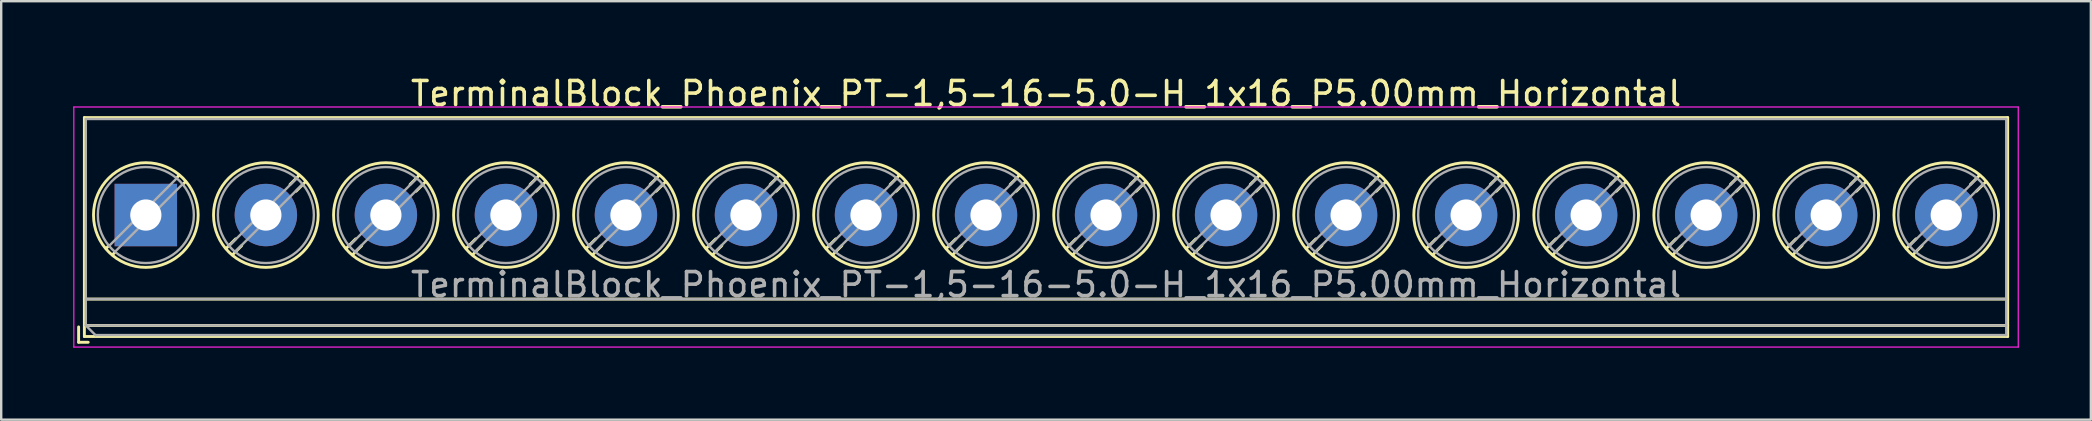
<source format=kicad_pcb>
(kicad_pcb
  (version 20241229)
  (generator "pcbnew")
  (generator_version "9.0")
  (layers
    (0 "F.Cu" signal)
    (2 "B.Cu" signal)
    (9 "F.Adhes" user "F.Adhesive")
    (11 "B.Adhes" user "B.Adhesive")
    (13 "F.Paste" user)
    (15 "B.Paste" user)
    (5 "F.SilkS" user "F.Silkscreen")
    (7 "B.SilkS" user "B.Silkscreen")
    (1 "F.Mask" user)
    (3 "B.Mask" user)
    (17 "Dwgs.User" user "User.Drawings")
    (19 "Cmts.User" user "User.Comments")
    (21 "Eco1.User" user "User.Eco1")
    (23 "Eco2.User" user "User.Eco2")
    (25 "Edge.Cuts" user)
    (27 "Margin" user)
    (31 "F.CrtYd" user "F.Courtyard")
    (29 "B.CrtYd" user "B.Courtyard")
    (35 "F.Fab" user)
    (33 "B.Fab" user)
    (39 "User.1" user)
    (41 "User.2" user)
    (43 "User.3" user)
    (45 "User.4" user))
  (footprint "TerminalBlock_Phoenix_PT-1,5-16-5.0-H_1x16_P5.00mm_Horizontal"
    (layer "F.Cu")
    (at 3.025 5.908)
    (property "Reference" "TerminalBlock_Phoenix_PT-1,5-16-5.0-H_1x16_P5.00mm_Horizontal" (at 37.5 -5.06 0) (layer "F.SilkS") (effects (font (size 1 1) (thickness 0.15))))
    (attr through_hole)
    (fp_line (start -2.8 4.66) (end -2.8 5.3) (stroke (width 0.12) (type solid)) (layer "F.SilkS"))
    (fp_line (start -2.8 5.3) (end -2.4 5.3) (stroke (width 0.12) (type solid)) (layer "F.SilkS"))
    (fp_line (start -2.56 -4.06) (end -2.56 5.06) (stroke (width 0.12) (type solid)) (layer "F.SilkS"))
    (fp_line (start -2.56 -4.06) (end 77.56 -4.06) (stroke (width 0.12) (type solid)) (layer "F.SilkS"))
    (fp_line (start -2.56 3.5) (end 77.56 3.5) (stroke (width 0.12) (type solid)) (layer "F.SilkS"))
    (fp_line (start -2.56 4.6) (end 77.56 4.6) (stroke (width 0.12) (type solid)) (layer "F.SilkS"))
    (fp_line (start -2.56 5.06) (end 77.56 5.06) (stroke (width 0.12) (type solid)) (layer "F.SilkS"))
    (fp_line (start -1.548 1.281) (end -1.654 1.388) (stroke (width 0.12) (type solid)) (layer "F.SilkS"))
    (fp_line (start -1.282 1.547) (end -1.388 1.654) (stroke (width 0.12) (type solid)) (layer "F.SilkS"))
    (fp_line (start 1.388 -1.654) (end 1.281 -1.547) (stroke (width 0.12) (type solid)) (layer "F.SilkS"))
    (fp_line (start 1.654 -1.388) (end 1.547 -1.281) (stroke (width 0.12) (type solid)) (layer "F.SilkS"))
    (fp_line (start 3.742 0.992) (end 3.347 1.388) (stroke (width 0.12) (type solid)) (layer "F.SilkS"))
    (fp_line (start 3.993 1.274) (end 3.613 1.654) (stroke (width 0.12) (type solid)) (layer "F.SilkS"))
    (fp_line (start 6.388 -1.654) (end 6.008 -1.274) (stroke (width 0.12) (type solid)) (layer "F.SilkS"))
    (fp_line (start 6.654 -1.388) (end 6.259 -0.992) (stroke (width 0.12) (type solid)) (layer "F.SilkS"))
    (fp_line (start 8.742 0.992) (end 8.347 1.388) (stroke (width 0.12) (type solid)) (layer "F.SilkS"))
    (fp_line (start 8.993 1.274) (end 8.613 1.654) (stroke (width 0.12) (type solid)) (layer "F.SilkS"))
    (fp_line (start 11.388 -1.654) (end 11.008 -1.274) (stroke (width 0.12) (type solid)) (layer "F.SilkS"))
    (fp_line (start 11.654 -1.388) (end 11.259 -0.992) (stroke (width 0.12) (type solid)) (layer "F.SilkS"))
    (fp_line (start 13.742 0.992) (end 13.347 1.388) (stroke (width 0.12) (type solid)) (layer "F.SilkS"))
    (fp_line (start 13.993 1.274) (end 13.613 1.654) (stroke (width 0.12) (type solid)) (layer "F.SilkS"))
    (fp_line (start 16.388 -1.654) (end 16.008 -1.274) (stroke (width 0.12) (type solid)) (layer "F.SilkS"))
    (fp_line (start 16.654 -1.388) (end 16.259 -0.992) (stroke (width 0.12) (type solid)) (layer "F.SilkS"))
    (fp_line (start 18.742 0.992) (end 18.347 1.388) (stroke (width 0.12) (type solid)) (layer "F.SilkS"))
    (fp_line (start 18.993 1.274) (end 18.613 1.654) (stroke (width 0.12) (type solid)) (layer "F.SilkS"))
    (fp_line (start 21.388 -1.654) (end 21.008 -1.274) (stroke (width 0.12) (type solid)) (layer "F.SilkS"))
    (fp_line (start 21.654 -1.388) (end 21.259 -0.992) (stroke (width 0.12) (type solid)) (layer "F.SilkS"))
    (fp_line (start 23.742 0.992) (end 23.347 1.388) (stroke (width 0.12) (type solid)) (layer "F.SilkS"))
    (fp_line (start 23.993 1.274) (end 23.613 1.654) (stroke (width 0.12) (type solid)) (layer "F.SilkS"))
    (fp_line (start 26.388 -1.654) (end 26.008 -1.274) (stroke (width 0.12) (type solid)) (layer "F.SilkS"))
    (fp_line (start 26.654 -1.388) (end 26.259 -0.992) (stroke (width 0.12) (type solid)) (layer "F.SilkS"))
    (fp_line (start 28.742 0.992) (end 28.347 1.388) (stroke (width 0.12) (type solid)) (layer "F.SilkS"))
    (fp_line (start 28.993 1.274) (end 28.613 1.654) (stroke (width 0.12) (type solid)) (layer "F.SilkS"))
    (fp_line (start 31.388 -1.654) (end 31.008 -1.274) (stroke (width 0.12) (type solid)) (layer "F.SilkS"))
    (fp_line (start 31.654 -1.388) (end 31.259 -0.992) (stroke (width 0.12) (type solid)) (layer "F.SilkS"))
    (fp_line (start 33.742 0.992) (end 33.347 1.388) (stroke (width 0.12) (type solid)) (layer "F.SilkS"))
    (fp_line (start 33.993 1.274) (end 33.613 1.654) (stroke (width 0.12) (type solid)) (layer "F.SilkS"))
    (fp_line (start 36.388 -1.654) (end 36.008 -1.274) (stroke (width 0.12) (type solid)) (layer "F.SilkS"))
    (fp_line (start 36.654 -1.388) (end 36.259 -0.992) (stroke (width 0.12) (type solid)) (layer "F.SilkS"))
    (fp_line (start 38.742 0.992) (end 38.347 1.388) (stroke (width 0.12) (type solid)) (layer "F.SilkS"))
    (fp_line (start 38.993 1.274) (end 38.613 1.654) (stroke (width 0.12) (type solid)) (layer "F.SilkS"))
    (fp_line (start 41.388 -1.654) (end 41.008 -1.274) (stroke (width 0.12) (type solid)) (layer "F.SilkS"))
    (fp_line (start 41.654 -1.388) (end 41.259 -0.992) (stroke (width 0.12) (type solid)) (layer "F.SilkS"))
    (fp_line (start 43.742 0.992) (end 43.347 1.388) (stroke (width 0.12) (type solid)) (layer "F.SilkS"))
    (fp_line (start 43.993 1.274) (end 43.613 1.654) (stroke (width 0.12) (type solid)) (layer "F.SilkS"))
    (fp_line (start 46.388 -1.654) (end 46.008 -1.274) (stroke (width 0.12) (type solid)) (layer "F.SilkS"))
    (fp_line (start 46.654 -1.388) (end 46.259 -0.992) (stroke (width 0.12) (type solid)) (layer "F.SilkS"))
    (fp_line (start 48.742 0.992) (end 48.347 1.388) (stroke (width 0.12) (type solid)) (layer "F.SilkS"))
    (fp_line (start 48.993 1.274) (end 48.613 1.654) (stroke (width 0.12) (type solid)) (layer "F.SilkS"))
    (fp_line (start 51.388 -1.654) (end 51.008 -1.274) (stroke (width 0.12) (type solid)) (layer "F.SilkS"))
    (fp_line (start 51.654 -1.388) (end 51.259 -0.992) (stroke (width 0.12) (type solid)) (layer "F.SilkS"))
    (fp_line (start 53.742 0.992) (end 53.347 1.388) (stroke (width 0.12) (type solid)) (layer "F.SilkS"))
    (fp_line (start 53.993 1.274) (end 53.613 1.654) (stroke (width 0.12) (type solid)) (layer "F.SilkS"))
    (fp_line (start 56.388 -1.654) (end 56.008 -1.274) (stroke (width 0.12) (type solid)) (layer "F.SilkS"))
    (fp_line (start 56.654 -1.388) (end 56.259 -0.992) (stroke (width 0.12) (type solid)) (layer "F.SilkS"))
    (fp_line (start 58.742 0.992) (end 58.347 1.388) (stroke (width 0.12) (type solid)) (layer "F.SilkS"))
    (fp_line (start 58.993 1.274) (end 58.613 1.654) (stroke (width 0.12) (type solid)) (layer "F.SilkS"))
    (fp_line (start 61.388 -1.654) (end 61.008 -1.274) (stroke (width 0.12) (type solid)) (layer "F.SilkS"))
    (fp_line (start 61.654 -1.388) (end 61.259 -0.992) (stroke (width 0.12) (type solid)) (layer "F.SilkS"))
    (fp_line (start 63.742 0.992) (end 63.347 1.388) (stroke (width 0.12) (type solid)) (layer "F.SilkS"))
    (fp_line (start 63.993 1.274) (end 63.613 1.654) (stroke (width 0.12) (type solid)) (layer "F.SilkS"))
    (fp_line (start 66.388 -1.654) (end 66.008 -1.274) (stroke (width 0.12) (type solid)) (layer "F.SilkS"))
    (fp_line (start 66.654 -1.388) (end 66.259 -0.992) (stroke (width 0.12) (type solid)) (layer "F.SilkS"))
    (fp_line (start 68.742 0.992) (end 68.347 1.388) (stroke (width 0.12) (type solid)) (layer "F.SilkS"))
    (fp_line (start 68.993 1.274) (end 68.613 1.654) (stroke (width 0.12) (type solid)) (layer "F.SilkS"))
    (fp_line (start 71.388 -1.654) (end 71.008 -1.274) (stroke (width 0.12) (type solid)) (layer "F.SilkS"))
    (fp_line (start 71.654 -1.388) (end 71.259 -0.992) (stroke (width 0.12) (type solid)) (layer "F.SilkS"))
    (fp_line (start 73.742 0.992) (end 73.347 1.388) (stroke (width 0.12) (type solid)) (layer "F.SilkS"))
    (fp_line (start 73.993 1.274) (end 73.613 1.654) (stroke (width 0.12) (type solid)) (layer "F.SilkS"))
    (fp_line (start 76.388 -1.654) (end 76.008 -1.274) (stroke (width 0.12) (type solid)) (layer "F.SilkS"))
    (fp_line (start 76.654 -1.388) (end 76.259 -0.992) (stroke (width 0.12) (type solid)) (layer "F.SilkS"))
    (fp_line (start 77.56 -4.06) (end 77.56 5.06) (stroke (width 0.12) (type solid)) (layer "F.SilkS"))
    (fp_circle (center 0 0) (end 2.18 0) (stroke (width 0.12) (type solid)) (fill no) (layer "F.SilkS"))
    (fp_circle (center 5 0) (end 7.18 0) (stroke (width 0.12) (type solid)) (fill no) (layer "F.SilkS"))
    (fp_circle (center 10 0) (end 12.18 0) (stroke (width 0.12) (type solid)) (fill no) (layer "F.SilkS"))
    (fp_circle (center 15 0) (end 17.18 0) (stroke (width 0.12) (type solid)) (fill no) (layer "F.SilkS"))
    (fp_circle (center 20 0) (end 22.18 0) (stroke (width 0.12) (type solid)) (fill no) (layer "F.SilkS"))
    (fp_circle (center 25 0) (end 27.18 0) (stroke (width 0.12) (type solid)) (fill no) (layer "F.SilkS"))
    (fp_circle (center 30 0) (end 32.18 0) (stroke (width 0.12) (type solid)) (fill no) (layer "F.SilkS"))
    (fp_circle (center 35 0) (end 37.18 0) (stroke (width 0.12) (type solid)) (fill no) (layer "F.SilkS"))
    (fp_circle (center 40 0) (end 42.18 0) (stroke (width 0.12) (type solid)) (fill no) (layer "F.SilkS"))
    (fp_circle (center 45 0) (end 47.18 0) (stroke (width 0.12) (type solid)) (fill no) (layer "F.SilkS"))
    (fp_circle (center 50 0) (end 52.18 0) (stroke (width 0.12) (type solid)) (fill no) (layer "F.SilkS"))
    (fp_circle (center 55 0) (end 57.18 0) (stroke (width 0.12) (type solid)) (fill no) (layer "F.SilkS"))
    (fp_circle (center 60 0) (end 62.18 0) (stroke (width 0.12) (type solid)) (fill no) (layer "F.SilkS"))
    (fp_circle (center 65 0) (end 67.18 0) (stroke (width 0.12) (type solid)) (fill no) (layer "F.SilkS"))
    (fp_circle (center 70 0) (end 72.18 0) (stroke (width 0.12) (type solid)) (fill no) (layer "F.SilkS"))
    (fp_circle (center 75 0) (end 77.18 0) (stroke (width 0.12) (type solid)) (fill no) (layer "F.SilkS"))
    (fp_line (start -3 -4.5) (end -3 5.5) (stroke (width 0.05) (type solid)) (layer "F.CrtYd"))
    (fp_line (start -3 5.5) (end 78 5.5) (stroke (width 0.05) (type solid)) (layer "F.CrtYd"))
    (fp_line (start 78 -4.5) (end -3 -4.5) (stroke (width 0.05) (type solid)) (layer "F.CrtYd"))
    (fp_line (start 78 5.5) (end 78 -4.5) (stroke (width 0.05) (type solid)) (layer "F.CrtYd"))
    (fp_line (start -2.5 -4) (end 77.5 -4) (stroke (width 0.1) (type solid)) (layer "F.Fab"))
    (fp_line (start -2.5 3.5) (end 77.5 3.5) (stroke (width 0.1) (type solid)) (layer "F.Fab"))
    (fp_line (start -2.5 4.6) (end -2.5 -4) (stroke (width 0.1) (type solid)) (layer "F.Fab"))
    (fp_line (start -2.5 4.6) (end 77.5 4.6) (stroke (width 0.1) (type solid)) (layer "F.Fab"))
    (fp_line (start -2.1 5) (end -2.5 4.6) (stroke (width 0.1) (type solid)) (layer "F.Fab"))
    (fp_line (start 1.273 -1.517) (end -1.517 1.273) (stroke (width 0.1) (type solid)) (layer "F.Fab"))
    (fp_line (start 1.517 -1.273) (end -1.273 1.517) (stroke (width 0.1) (type solid)) (layer "F.Fab"))
    (fp_line (start 6.273 -1.517) (end 3.484 1.273) (stroke (width 0.1) (type solid)) (layer "F.Fab"))
    (fp_line (start 6.517 -1.273) (end 3.728 1.517) (stroke (width 0.1) (type solid)) (layer "F.Fab"))
    (fp_line (start 11.273 -1.517) (end 8.484 1.273) (stroke (width 0.1) (type solid)) (layer "F.Fab"))
    (fp_line (start 11.517 -1.273) (end 8.728 1.517) (stroke (width 0.1) (type solid)) (layer "F.Fab"))
    (fp_line (start 16.273 -1.517) (end 13.484 1.273) (stroke (width 0.1) (type solid)) (layer "F.Fab"))
    (fp_line (start 16.517 -1.273) (end 13.728 1.517) (stroke (width 0.1) (type solid)) (layer "F.Fab"))
    (fp_line (start 21.273 -1.517) (end 18.484 1.273) (stroke (width 0.1) (type solid)) (layer "F.Fab"))
    (fp_line (start 21.517 -1.273) (end 18.728 1.517) (stroke (width 0.1) (type solid)) (layer "F.Fab"))
    (fp_line (start 26.273 -1.517) (end 23.484 1.273) (stroke (width 0.1) (type solid)) (layer "F.Fab"))
    (fp_line (start 26.517 -1.273) (end 23.728 1.517) (stroke (width 0.1) (type solid)) (layer "F.Fab"))
    (fp_line (start 31.273 -1.517) (end 28.484 1.273) (stroke (width 0.1) (type solid)) (layer "F.Fab"))
    (fp_line (start 31.517 -1.273) (end 28.728 1.517) (stroke (width 0.1) (type solid)) (layer "F.Fab"))
    (fp_line (start 36.273 -1.517) (end 33.484 1.273) (stroke (width 0.1) (type solid)) (layer "F.Fab"))
    (fp_line (start 36.517 -1.273) (end 33.728 1.517) (stroke (width 0.1) (type solid)) (layer "F.Fab"))
    (fp_line (start 41.273 -1.517) (end 38.484 1.273) (stroke (width 0.1) (type solid)) (layer "F.Fab"))
    (fp_line (start 41.517 -1.273) (end 38.728 1.517) (stroke (width 0.1) (type solid)) (layer "F.Fab"))
    (fp_line (start 46.273 -1.517) (end 43.484 1.273) (stroke (width 0.1) (type solid)) (layer "F.Fab"))
    (fp_line (start 46.517 -1.273) (end 43.728 1.517) (stroke (width 0.1) (type solid)) (layer "F.Fab"))
    (fp_line (start 51.273 -1.517) (end 48.484 1.273) (stroke (width 0.1) (type solid)) (layer "F.Fab"))
    (fp_line (start 51.517 -1.273) (end 48.728 1.517) (stroke (width 0.1) (type solid)) (layer "F.Fab"))
    (fp_line (start 56.273 -1.517) (end 53.484 1.273) (stroke (width 0.1) (type solid)) (layer "F.Fab"))
    (fp_line (start 56.517 -1.273) (end 53.728 1.517) (stroke (width 0.1) (type solid)) (layer "F.Fab"))
    (fp_line (start 61.273 -1.517) (end 58.484 1.273) (stroke (width 0.1) (type solid)) (layer "F.Fab"))
    (fp_line (start 61.517 -1.273) (end 58.728 1.517) (stroke (width 0.1) (type solid)) (layer "F.Fab"))
    (fp_line (start 66.273 -1.517) (end 63.484 1.273) (stroke (width 0.1) (type solid)) (layer "F.Fab"))
    (fp_line (start 66.517 -1.273) (end 63.728 1.517) (stroke (width 0.1) (type solid)) (layer "F.Fab"))
    (fp_line (start 71.273 -1.517) (end 68.484 1.273) (stroke (width 0.1) (type solid)) (layer "F.Fab"))
    (fp_line (start 71.517 -1.273) (end 68.728 1.517) (stroke (width 0.1) (type solid)) (layer "F.Fab"))
    (fp_line (start 76.273 -1.517) (end 73.484 1.273) (stroke (width 0.1) (type solid)) (layer "F.Fab"))
    (fp_line (start 76.517 -1.273) (end 73.728 1.517) (stroke (width 0.1) (type solid)) (layer "F.Fab"))
    (fp_line (start 77.5 -4) (end 77.5 5) (stroke (width 0.1) (type solid)) (layer "F.Fab"))
    (fp_line (start 77.5 5) (end -2.1 5) (stroke (width 0.1) (type solid)) (layer "F.Fab"))
    (fp_circle (center 0 0) (end 2 0) (stroke (width 0.1) (type solid)) (fill no) (layer "F.Fab"))
    (fp_circle (center 5 0) (end 7 0) (stroke (width 0.1) (type solid)) (fill no) (layer "F.Fab"))
    (fp_circle (center 10 0) (end 12 0) (stroke (width 0.1) (type solid)) (fill no) (layer "F.Fab"))
    (fp_circle (center 15 0) (end 17 0) (stroke (width 0.1) (type solid)) (fill no) (layer "F.Fab"))
    (fp_circle (center 20 0) (end 22 0) (stroke (width 0.1) (type solid)) (fill no) (layer "F.Fab"))
    (fp_circle (center 25 0) (end 27 0) (stroke (width 0.1) (type solid)) (fill no) (layer "F.Fab"))
    (fp_circle (center 30 0) (end 32 0) (stroke (width 0.1) (type solid)) (fill no) (layer "F.Fab"))
    (fp_circle (center 35 0) (end 37 0) (stroke (width 0.1) (type solid)) (fill no) (layer "F.Fab"))
    (fp_circle (center 40 0) (end 42 0) (stroke (width 0.1) (type solid)) (fill no) (layer "F.Fab"))
    (fp_circle (center 45 0) (end 47 0) (stroke (width 0.1) (type solid)) (fill no) (layer "F.Fab"))
    (fp_circle (center 50 0) (end 52 0) (stroke (width 0.1) (type solid)) (fill no) (layer "F.Fab"))
    (fp_circle (center 55 0) (end 57 0) (stroke (width 0.1) (type solid)) (fill no) (layer "F.Fab"))
    (fp_circle (center 60 0) (end 62 0) (stroke (width 0.1) (type solid)) (fill no) (layer "F.Fab"))
    (fp_circle (center 65 0) (end 67 0) (stroke (width 0.1) (type solid)) (fill no) (layer "F.Fab"))
    (fp_circle (center 70 0) (end 72 0) (stroke (width 0.1) (type solid)) (fill no) (layer "F.Fab"))
    (fp_circle (center 75 0) (end 77 0) (stroke (width 0.1) (type solid)) (fill no) (layer "F.Fab"))
    (fp_text user "${REFERENCE}" (at 37.5 2.9 0) (layer "F.Fab") (effects (font (size 1 1) (thickness 0.15))))
    (pad "1" thru_hole rect (at 0 0) (size 2.6 2.6) (drill 1.3) (layers "*.Cu" "*.Mask"))
    (pad "2" thru_hole circle (at 5 0) (size 2.6 2.6) (drill 1.3) (layers "*.Cu" "*.Mask"))
    (pad "3" thru_hole circle (at 10 0) (size 2.6 2.6) (drill 1.3) (layers "*.Cu" "*.Mask"))
    (pad "4" thru_hole circle (at 15 0) (size 2.6 2.6) (drill 1.3) (layers "*.Cu" "*.Mask"))
    (pad "5" thru_hole circle (at 20 0) (size 2.6 2.6) (drill 1.3) (layers "*.Cu" "*.Mask"))
    (pad "6" thru_hole circle (at 25 0) (size 2.6 2.6) (drill 1.3) (layers "*.Cu" "*.Mask"))
    (pad "7" thru_hole circle (at 30 0) (size 2.6 2.6) (drill 1.3) (layers "*.Cu" "*.Mask"))
    (pad "8" thru_hole circle (at 35 0) (size 2.6 2.6) (drill 1.3) (layers "*.Cu" "*.Mask"))
    (pad "9" thru_hole circle (at 40 0) (size 2.6 2.6) (drill 1.3) (layers "*.Cu" "*.Mask"))
    (pad "10" thru_hole circle (at 45 0) (size 2.6 2.6) (drill 1.3) (layers "*.Cu" "*.Mask"))
    (pad "11" thru_hole circle (at 50 0) (size 2.6 2.6) (drill 1.3) (layers "*.Cu" "*.Mask"))
    (pad "12" thru_hole circle (at 55 0) (size 2.6 2.6) (drill 1.3) (layers "*.Cu" "*.Mask"))
    (pad "13" thru_hole circle (at 60 0) (size 2.6 2.6) (drill 1.3) (layers "*.Cu" "*.Mask"))
    (pad "14" thru_hole circle (at 65 0) (size 2.6 2.6) (drill 1.3) (layers "*.Cu" "*.Mask"))
    (pad "15" thru_hole circle (at 70 0) (size 2.6 2.6) (drill 1.3) (layers "*.Cu" "*.Mask"))
    (pad "16" thru_hole circle (at 75 0) (size 2.6 2.6) (drill 1.3) (layers "*.Cu" "*.Mask")))
  (gr_rect
    (start -3 -3)
    (end 84.05 14.433)
    (stroke (width 0.1) (type default))
    (fill no)
    (layer "Edge.Cuts")))
</source>
